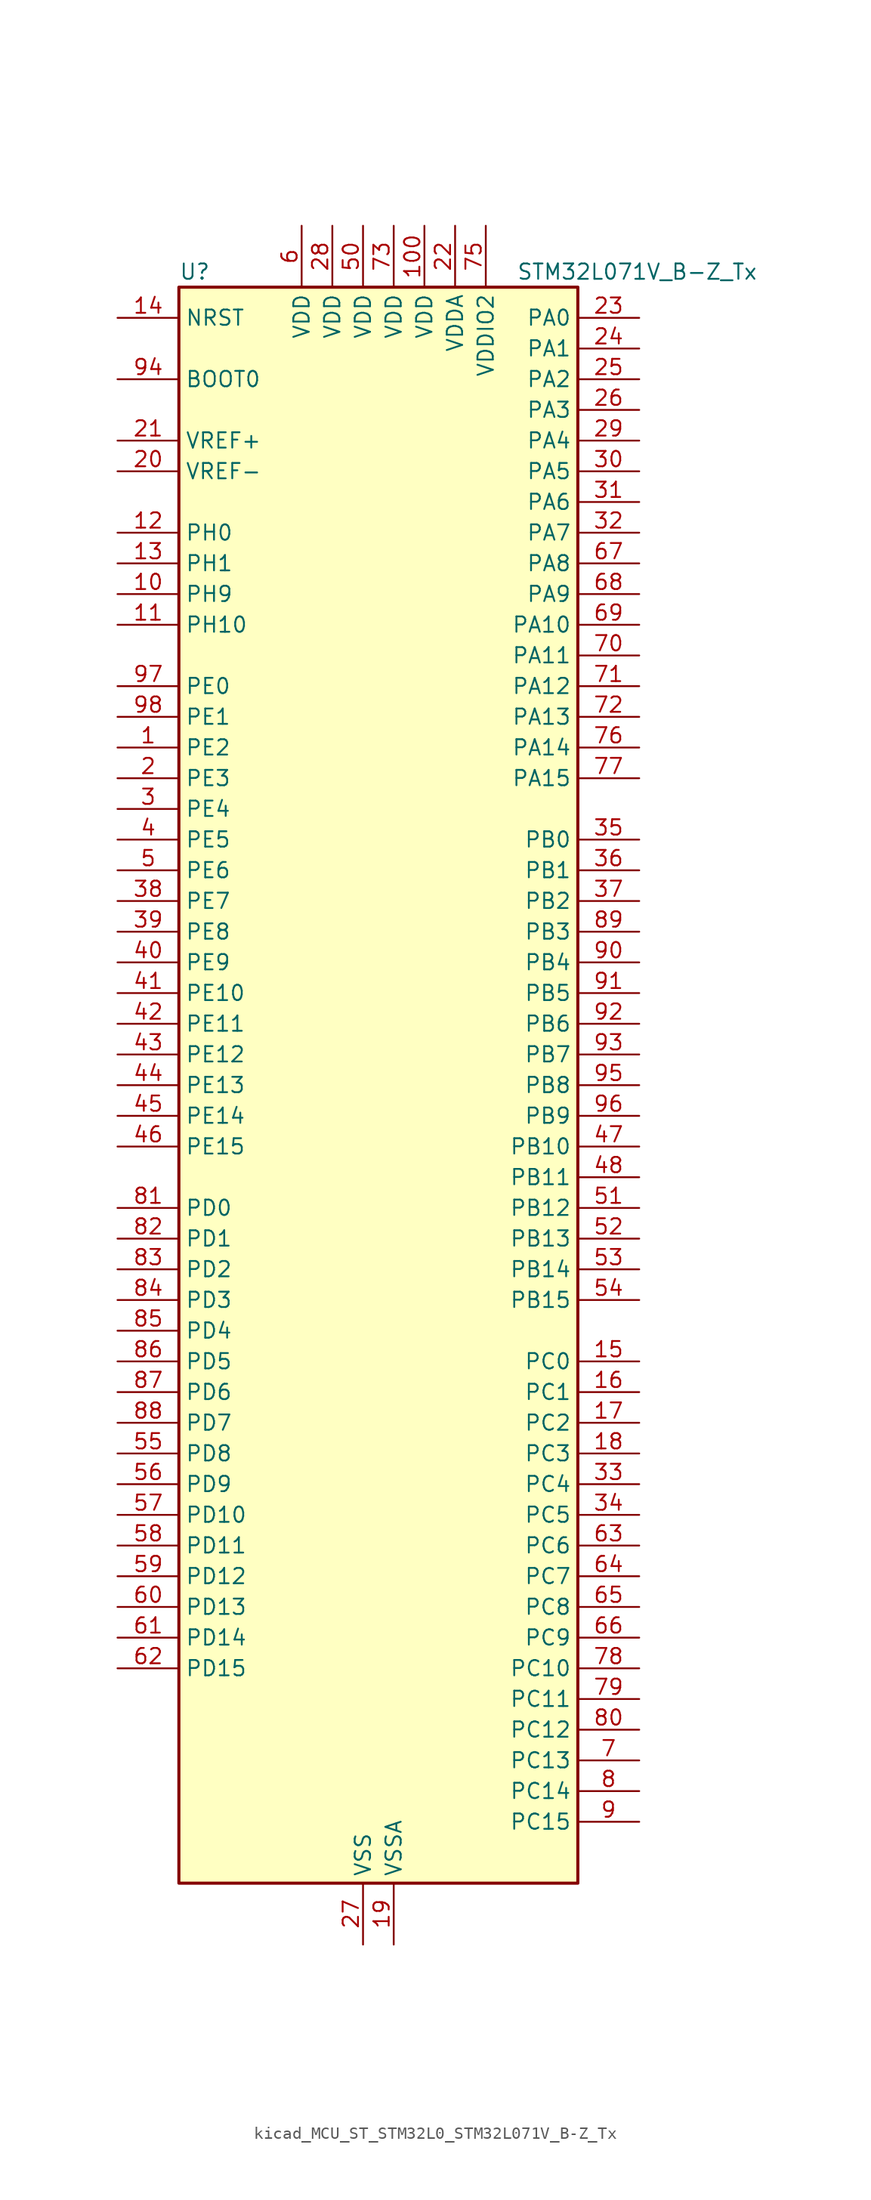
<source format=kicad_sym>
(kicad_symbol_lib
  (version 20220914)
  (generator kicad_symbol_editor)
  (symbol "kicad_MCU_ST_STM32L0_STM32L071V_B-Z_Tx"
    (property "Reference" "U"
      (at -15.24 67.31 0)
      (effects (font (size 1.27 1.27)) (justify left)))
    (property "Value" "STM32L071V_B-Z_Tx"
      (at 12.7 67.31 0)
      (effects (font (size 1.27 1.27)) (justify left)))
    (property "ki_locked" ""
      (at 0 0 0)
      (effects (font (size 1.27 1.27))))
    (symbol "kicad_MCU_ST_STM32L0_STM32L071V_B-Z_Tx_0_1"
      (rectangle (start -15.24 -66.04) (end 17.78 66.04) (stroke (width 0.254) (type default)) (fill (type background))))
    (symbol "kicad_MCU_ST_STM32L0_STM32L071V_B-Z_Tx_1_1"
      (pin bidirectional line (at -20.32 27.94 0) (length 5.08) (name "PE2" (effects (font (size 1.27 1.27)))) (number "1" (effects (font (size 1.27 1.27)))) (alternate "TIM3_ETR" bidirectional line))
      (pin bidirectional line (at -20.32 40.64 0) (length 5.08) (name "PH9" (effects (font (size 1.27 1.27)))) (number "10" (effects (font (size 1.27 1.27)))))
      (pin power_in line (at 5.08 71.12 270) (length 5.08) (name "VDD" (effects (font (size 1.27 1.27)))) (number "100" (effects (font (size 1.27 1.27)))))
      (pin bidirectional line (at -20.32 38.1 0) (length 5.08) (name "PH10" (effects (font (size 1.27 1.27)))) (number "11" (effects (font (size 1.27 1.27)))))
      (pin bidirectional line (at -20.32 45.72 0) (length 5.08) (name "PH0" (effects (font (size 1.27 1.27)))) (number "12" (effects (font (size 1.27 1.27)))) (alternate "RCC_OSC_IN" bidirectional line))
      (pin bidirectional line (at -20.32 43.18 0) (length 5.08) (name "PH1" (effects (font (size 1.27 1.27)))) (number "13" (effects (font (size 1.27 1.27)))) (alternate "RCC_OSC_OUT" bidirectional line))
      (pin input line (at -20.32 63.5 0) (length 5.08) (name "NRST" (effects (font (size 1.27 1.27)))) (number "14" (effects (font (size 1.27 1.27)))))
      (pin bidirectional line (at 22.86 -22.86 180) (length 5.08) (name "PC0" (effects (font (size 1.27 1.27)))) (number "15" (effects (font (size 1.27 1.27)))) (alternate "ADC_IN10" bidirectional line) (alternate "I2C3_SCL" bidirectional line) (alternate "LPTIM1_IN1" bidirectional line) (alternate "LPUART1_RX" bidirectional line))
      (pin bidirectional line (at 22.86 -25.4 180) (length 5.08) (name "PC1" (effects (font (size 1.27 1.27)))) (number "16" (effects (font (size 1.27 1.27)))) (alternate "ADC_IN11" bidirectional line) (alternate "I2C3_SDA" bidirectional line) (alternate "LPTIM1_OUT" bidirectional line) (alternate "LPUART1_TX" bidirectional line))
      (pin bidirectional line (at 22.86 -27.94 180) (length 5.08) (name "PC2" (effects (font (size 1.27 1.27)))) (number "17" (effects (font (size 1.27 1.27)))) (alternate "ADC_IN12" bidirectional line) (alternate "I2S2_MCK" bidirectional line) (alternate "LPTIM1_IN2" bidirectional line) (alternate "SPI2_MISO" bidirectional line))
      (pin bidirectional line (at 22.86 -30.48 180) (length 5.08) (name "PC3" (effects (font (size 1.27 1.27)))) (number "18" (effects (font (size 1.27 1.27)))) (alternate "ADC_IN13" bidirectional line) (alternate "I2S2_SD" bidirectional line) (alternate "LPTIM1_ETR" bidirectional line) (alternate "SPI2_MOSI" bidirectional line))
      (pin power_in line (at 2.54 -71.12 90) (length 5.08) (name "VSSA" (effects (font (size 1.27 1.27)))) (number "19" (effects (font (size 1.27 1.27)))))
      (pin bidirectional line (at -20.32 25.4 0) (length 5.08) (name "PE3" (effects (font (size 1.27 1.27)))) (number "2" (effects (font (size 1.27 1.27)))) (alternate "TIM22_CH1" bidirectional line) (alternate "TIM3_CH1" bidirectional line))
      (pin input line (at -20.32 50.8 0) (length 5.08) (name "VREF-" (effects (font (size 1.27 1.27)))) (number "20" (effects (font (size 1.27 1.27)))))
      (pin input line (at -20.32 53.34 0) (length 5.08) (name "VREF+" (effects (font (size 1.27 1.27)))) (number "21" (effects (font (size 1.27 1.27)))))
      (pin power_in line (at 7.62 71.12 270) (length 5.08) (name "VDDA" (effects (font (size 1.27 1.27)))) (number "22" (effects (font (size 1.27 1.27)))))
      (pin bidirectional line (at 22.86 63.5 180) (length 5.08) (name "PA0" (effects (font (size 1.27 1.27)))) (number "23" (effects (font (size 1.27 1.27)))) (alternate "ADC_IN0" bidirectional line) (alternate "COMP1_INM" bidirectional line) (alternate "COMP1_OUT" bidirectional line) (alternate "RTC_TAMP2" bidirectional line) (alternate "SYS_WKUP1" bidirectional line) (alternate "TIM2_CH1" bidirectional line) (alternate "TIM2_ETR" bidirectional line) (alternate "USART2_CTS" bidirectional line) (alternate "USART4_TX" bidirectional line))
      (pin bidirectional line (at 22.86 60.96 180) (length 5.08) (name "PA1" (effects (font (size 1.27 1.27)))) (number "24" (effects (font (size 1.27 1.27)))) (alternate "ADC_IN1" bidirectional line) (alternate "COMP1_INP" bidirectional line) (alternate "TIM21_ETR" bidirectional line) (alternate "TIM2_CH2" bidirectional line) (alternate "USART2_DE" bidirectional line) (alternate "USART2_RTS" bidirectional line) (alternate "USART4_RX" bidirectional line))
      (pin bidirectional line (at 22.86 58.42 180) (length 5.08) (name "PA2" (effects (font (size 1.27 1.27)))) (number "25" (effects (font (size 1.27 1.27)))) (alternate "ADC_IN2" bidirectional line) (alternate "COMP2_INM" bidirectional line) (alternate "COMP2_OUT" bidirectional line) (alternate "LPUART1_TX" bidirectional line) (alternate "TIM21_CH1" bidirectional line) (alternate "TIM2_CH3" bidirectional line) (alternate "USART2_TX" bidirectional line))
      (pin bidirectional line (at 22.86 55.88 180) (length 5.08) (name "PA3" (effects (font (size 1.27 1.27)))) (number "26" (effects (font (size 1.27 1.27)))) (alternate "ADC_IN3" bidirectional line) (alternate "COMP2_INP" bidirectional line) (alternate "LPUART1_RX" bidirectional line) (alternate "TIM21_CH2" bidirectional line) (alternate "TIM2_CH4" bidirectional line) (alternate "USART2_RX" bidirectional line))
      (pin power_in line (at 0 -71.12 90) (length 5.08) (name "VSS" (effects (font (size 1.27 1.27)))) (number "27" (effects (font (size 1.27 1.27)))))
      (pin power_in line (at -2.54 71.12 270) (length 5.08) (name "VDD" (effects (font (size 1.27 1.27)))) (number "28" (effects (font (size 1.27 1.27)))))
      (pin bidirectional line (at 22.86 53.34 180) (length 5.08) (name "PA4" (effects (font (size 1.27 1.27)))) (number "29" (effects (font (size 1.27 1.27)))) (alternate "ADC_IN4" bidirectional line) (alternate "COMP1_INM" bidirectional line) (alternate "COMP2_INM" bidirectional line) (alternate "SPI1_NSS" bidirectional line) (alternate "TIM22_ETR" bidirectional line) (alternate "USART2_CK" bidirectional line))
      (pin bidirectional line (at -20.32 22.86 0) (length 5.08) (name "PE4" (effects (font (size 1.27 1.27)))) (number "3" (effects (font (size 1.27 1.27)))) (alternate "TIM22_CH2" bidirectional line) (alternate "TIM3_CH2" bidirectional line))
      (pin bidirectional line (at 22.86 50.8 180) (length 5.08) (name "PA5" (effects (font (size 1.27 1.27)))) (number "30" (effects (font (size 1.27 1.27)))) (alternate "ADC_IN5" bidirectional line) (alternate "COMP1_INM" bidirectional line) (alternate "COMP2_INM" bidirectional line) (alternate "SPI1_SCK" bidirectional line) (alternate "TIM2_CH1" bidirectional line) (alternate "TIM2_ETR" bidirectional line))
      (pin bidirectional line (at 22.86 48.26 180) (length 5.08) (name "PA6" (effects (font (size 1.27 1.27)))) (number "31" (effects (font (size 1.27 1.27)))) (alternate "ADC_IN6" bidirectional line) (alternate "COMP1_OUT" bidirectional line) (alternate "LPUART1_CTS" bidirectional line) (alternate "SPI1_MISO" bidirectional line) (alternate "TIM22_CH1" bidirectional line) (alternate "TIM3_CH1" bidirectional line))
      (pin bidirectional line (at 22.86 45.72 180) (length 5.08) (name "PA7" (effects (font (size 1.27 1.27)))) (number "32" (effects (font (size 1.27 1.27)))) (alternate "ADC_IN7" bidirectional line) (alternate "COMP2_OUT" bidirectional line) (alternate "SPI1_MOSI" bidirectional line) (alternate "TIM22_CH2" bidirectional line) (alternate "TIM3_CH2" bidirectional line))
      (pin bidirectional line (at 22.86 -33.02 180) (length 5.08) (name "PC4" (effects (font (size 1.27 1.27)))) (number "33" (effects (font (size 1.27 1.27)))) (alternate "ADC_IN14" bidirectional line) (alternate "LPUART1_TX" bidirectional line))
      (pin bidirectional line (at 22.86 -35.56 180) (length 5.08) (name "PC5" (effects (font (size 1.27 1.27)))) (number "34" (effects (font (size 1.27 1.27)))) (alternate "ADC_IN15" bidirectional line) (alternate "LPUART1_RX" bidirectional line))
      (pin bidirectional line (at 22.86 20.32 180) (length 5.08) (name "PB0" (effects (font (size 1.27 1.27)))) (number "35" (effects (font (size 1.27 1.27)))) (alternate "ADC_IN8" bidirectional line) (alternate "SYS_VREF_OUT_PB0" bidirectional line) (alternate "TIM3_CH3" bidirectional line))
      (pin bidirectional line (at 22.86 17.78 180) (length 5.08) (name "PB1" (effects (font (size 1.27 1.27)))) (number "36" (effects (font (size 1.27 1.27)))) (alternate "ADC_IN9" bidirectional line) (alternate "LPUART1_DE" bidirectional line) (alternate "LPUART1_RTS" bidirectional line) (alternate "SYS_VREF_OUT_PB1" bidirectional line) (alternate "TIM3_CH4" bidirectional line))
      (pin bidirectional line (at 22.86 15.24 180) (length 5.08) (name "PB2" (effects (font (size 1.27 1.27)))) (number "37" (effects (font (size 1.27 1.27)))) (alternate "I2C3_SMBA" bidirectional line) (alternate "LPTIM1_OUT" bidirectional line))
      (pin bidirectional line (at -20.32 15.24 0) (length 5.08) (name "PE7" (effects (font (size 1.27 1.27)))) (number "38" (effects (font (size 1.27 1.27)))) (alternate "USART5_CK" bidirectional line) (alternate "USART5_DE" bidirectional line) (alternate "USART5_RTS" bidirectional line))
      (pin bidirectional line (at -20.32 12.7 0) (length 5.08) (name "PE8" (effects (font (size 1.27 1.27)))) (number "39" (effects (font (size 1.27 1.27)))) (alternate "USART4_TX" bidirectional line))
      (pin bidirectional line (at -20.32 20.32 0) (length 5.08) (name "PE5" (effects (font (size 1.27 1.27)))) (number "4" (effects (font (size 1.27 1.27)))) (alternate "TIM21_CH1" bidirectional line) (alternate "TIM3_CH3" bidirectional line))
      (pin bidirectional line (at -20.32 10.16 0) (length 5.08) (name "PE9" (effects (font (size 1.27 1.27)))) (number "40" (effects (font (size 1.27 1.27)))) (alternate "TIM2_CH1" bidirectional line) (alternate "TIM2_ETR" bidirectional line) (alternate "USART4_RX" bidirectional line))
      (pin bidirectional line (at -20.32 7.62 0) (length 5.08) (name "PE10" (effects (font (size 1.27 1.27)))) (number "41" (effects (font (size 1.27 1.27)))) (alternate "TIM2_CH2" bidirectional line) (alternate "USART5_TX" bidirectional line))
      (pin bidirectional line (at -20.32 5.08 0) (length 5.08) (name "PE11" (effects (font (size 1.27 1.27)))) (number "42" (effects (font (size 1.27 1.27)))) (alternate "ADC_EXTI11" bidirectional line) (alternate "TIM2_CH3" bidirectional line) (alternate "USART5_RX" bidirectional line))
      (pin bidirectional line (at -20.32 2.54 0) (length 5.08) (name "PE12" (effects (font (size 1.27 1.27)))) (number "43" (effects (font (size 1.27 1.27)))) (alternate "SPI1_NSS" bidirectional line) (alternate "TIM2_CH4" bidirectional line))
      (pin bidirectional line (at -20.32 0 0) (length 5.08) (name "PE13" (effects (font (size 1.27 1.27)))) (number "44" (effects (font (size 1.27 1.27)))) (alternate "SPI1_SCK" bidirectional line))
      (pin bidirectional line (at -20.32 -2.54 0) (length 5.08) (name "PE14" (effects (font (size 1.27 1.27)))) (number "45" (effects (font (size 1.27 1.27)))) (alternate "SPI1_MISO" bidirectional line))
      (pin bidirectional line (at -20.32 -5.08 0) (length 5.08) (name "PE15" (effects (font (size 1.27 1.27)))) (number "46" (effects (font (size 1.27 1.27)))) (alternate "SPI1_MOSI" bidirectional line))
      (pin bidirectional line (at 22.86 -5.08 180) (length 5.08) (name "PB10" (effects (font (size 1.27 1.27)))) (number "47" (effects (font (size 1.27 1.27)))) (alternate "I2C2_SCL" bidirectional line) (alternate "LPUART1_RX" bidirectional line) (alternate "LPUART1_TX" bidirectional line) (alternate "SPI2_SCK" bidirectional line) (alternate "TIM2_CH3" bidirectional line))
      (pin bidirectional line (at 22.86 -7.62 180) (length 5.08) (name "PB11" (effects (font (size 1.27 1.27)))) (number "48" (effects (font (size 1.27 1.27)))) (alternate "ADC_EXTI11" bidirectional line) (alternate "I2C2_SDA" bidirectional line) (alternate "LPUART1_RX" bidirectional line) (alternate "LPUART1_TX" bidirectional line) (alternate "TIM2_CH4" bidirectional line))
      (pin passive line (at 0 -71.12 90) (length 5.08) hide (name "VSS" (effects (font (size 1.27 1.27)))) (number "49" (effects (font (size 1.27 1.27)))))
      (pin bidirectional line (at -20.32 17.78 0) (length 5.08) (name "PE6" (effects (font (size 1.27 1.27)))) (number "5" (effects (font (size 1.27 1.27)))) (alternate "RTC_TAMP3" bidirectional line) (alternate "SYS_WKUP3" bidirectional line) (alternate "TIM21_CH2" bidirectional line) (alternate "TIM3_CH4" bidirectional line))
      (pin power_in line (at 0 71.12 270) (length 5.08) (name "VDD" (effects (font (size 1.27 1.27)))) (number "50" (effects (font (size 1.27 1.27)))))
      (pin bidirectional line (at 22.86 -10.16 180) (length 5.08) (name "PB12" (effects (font (size 1.27 1.27)))) (number "51" (effects (font (size 1.27 1.27)))) (alternate "I2S2_WS" bidirectional line) (alternate "LPUART1_DE" bidirectional line) (alternate "LPUART1_RTS" bidirectional line) (alternate "SPI2_NSS" bidirectional line))
      (pin bidirectional line (at 22.86 -12.7 180) (length 5.08) (name "PB13" (effects (font (size 1.27 1.27)))) (number "52" (effects (font (size 1.27 1.27)))) (alternate "I2C2_SCL" bidirectional line) (alternate "I2S2_CK" bidirectional line) (alternate "LPUART1_CTS" bidirectional line) (alternate "RCC_MCO" bidirectional line) (alternate "SPI2_SCK" bidirectional line) (alternate "TIM21_CH1" bidirectional line))
      (pin bidirectional line (at 22.86 -15.24 180) (length 5.08) (name "PB14" (effects (font (size 1.27 1.27)))) (number "53" (effects (font (size 1.27 1.27)))) (alternate "I2C2_SDA" bidirectional line) (alternate "I2S2_MCK" bidirectional line) (alternate "LPUART1_DE" bidirectional line) (alternate "LPUART1_RTS" bidirectional line) (alternate "RTC_OUT_ALARM" bidirectional line) (alternate "RTC_OUT_CALIB" bidirectional line) (alternate "SPI2_MISO" bidirectional line) (alternate "TIM21_CH2" bidirectional line))
      (pin bidirectional line (at 22.86 -17.78 180) (length 5.08) (name "PB15" (effects (font (size 1.27 1.27)))) (number "54" (effects (font (size 1.27 1.27)))) (alternate "I2S2_SD" bidirectional line) (alternate "RTC_REFIN" bidirectional line) (alternate "SPI2_MOSI" bidirectional line))
      (pin bidirectional line (at -20.32 -30.48 0) (length 5.08) (name "PD8" (effects (font (size 1.27 1.27)))) (number "55" (effects (font (size 1.27 1.27)))) (alternate "LPUART1_TX" bidirectional line))
      (pin bidirectional line (at -20.32 -33.02 0) (length 5.08) (name "PD9" (effects (font (size 1.27 1.27)))) (number "56" (effects (font (size 1.27 1.27)))) (alternate "LPUART1_RX" bidirectional line))
      (pin bidirectional line (at -20.32 -35.56 0) (length 5.08) (name "PD10" (effects (font (size 1.27 1.27)))) (number "57" (effects (font (size 1.27 1.27)))))
      (pin bidirectional line (at -20.32 -38.1 0) (length 5.08) (name "PD11" (effects (font (size 1.27 1.27)))) (number "58" (effects (font (size 1.27 1.27)))) (alternate "ADC_EXTI11" bidirectional line) (alternate "LPUART1_CTS" bidirectional line))
      (pin bidirectional line (at -20.32 -40.64 0) (length 5.08) (name "PD12" (effects (font (size 1.27 1.27)))) (number "59" (effects (font (size 1.27 1.27)))) (alternate "LPUART1_DE" bidirectional line) (alternate "LPUART1_RTS" bidirectional line))
      (pin power_in line (at -5.08 71.12 270) (length 5.08) (name "VDD" (effects (font (size 1.27 1.27)))) (number "6" (effects (font (size 1.27 1.27)))))
      (pin bidirectional line (at -20.32 -43.18 0) (length 5.08) (name "PD13" (effects (font (size 1.27 1.27)))) (number "60" (effects (font (size 1.27 1.27)))))
      (pin bidirectional line (at -20.32 -45.72 0) (length 5.08) (name "PD14" (effects (font (size 1.27 1.27)))) (number "61" (effects (font (size 1.27 1.27)))))
      (pin bidirectional line (at -20.32 -48.26 0) (length 5.08) (name "PD15" (effects (font (size 1.27 1.27)))) (number "62" (effects (font (size 1.27 1.27)))))
      (pin bidirectional line (at 22.86 -38.1 180) (length 5.08) (name "PC6" (effects (font (size 1.27 1.27)))) (number "63" (effects (font (size 1.27 1.27)))) (alternate "TIM22_CH1" bidirectional line) (alternate "TIM3_CH1" bidirectional line))
      (pin bidirectional line (at 22.86 -40.64 180) (length 5.08) (name "PC7" (effects (font (size 1.27 1.27)))) (number "64" (effects (font (size 1.27 1.27)))) (alternate "TIM22_CH2" bidirectional line) (alternate "TIM3_CH2" bidirectional line))
      (pin bidirectional line (at 22.86 -43.18 180) (length 5.08) (name "PC8" (effects (font (size 1.27 1.27)))) (number "65" (effects (font (size 1.27 1.27)))) (alternate "TIM22_ETR" bidirectional line) (alternate "TIM3_CH3" bidirectional line))
      (pin bidirectional line (at 22.86 -45.72 180) (length 5.08) (name "PC9" (effects (font (size 1.27 1.27)))) (number "66" (effects (font (size 1.27 1.27)))) (alternate "I2C3_SDA" bidirectional line) (alternate "TIM21_ETR" bidirectional line) (alternate "TIM3_CH4" bidirectional line))
      (pin bidirectional line (at 22.86 43.18 180) (length 5.08) (name "PA8" (effects (font (size 1.27 1.27)))) (number "67" (effects (font (size 1.27 1.27)))) (alternate "I2C3_SCL" bidirectional line) (alternate "RCC_MCO" bidirectional line) (alternate "USART1_CK" bidirectional line))
      (pin bidirectional line (at 22.86 40.64 180) (length 5.08) (name "PA9" (effects (font (size 1.27 1.27)))) (number "68" (effects (font (size 1.27 1.27)))) (alternate "I2C1_SCL" bidirectional line) (alternate "I2C3_SMBA" bidirectional line) (alternate "RCC_MCO" bidirectional line) (alternate "USART1_TX" bidirectional line))
      (pin bidirectional line (at 22.86 38.1 180) (length 5.08) (name "PA10" (effects (font (size 1.27 1.27)))) (number "69" (effects (font (size 1.27 1.27)))) (alternate "I2C1_SDA" bidirectional line) (alternate "USART1_RX" bidirectional line))
      (pin bidirectional line (at 22.86 -55.88 180) (length 5.08) (name "PC13" (effects (font (size 1.27 1.27)))) (number "7" (effects (font (size 1.27 1.27)))) (alternate "RTC_OUT_ALARM" bidirectional line) (alternate "RTC_OUT_CALIB" bidirectional line) (alternate "RTC_TAMP1" bidirectional line) (alternate "RTC_TS" bidirectional line) (alternate "SYS_WKUP2" bidirectional line))
      (pin bidirectional line (at 22.86 35.56 180) (length 5.08) (name "PA11" (effects (font (size 1.27 1.27)))) (number "70" (effects (font (size 1.27 1.27)))) (alternate "ADC_EXTI11" bidirectional line) (alternate "COMP1_OUT" bidirectional line) (alternate "SPI1_MISO" bidirectional line) (alternate "USART1_CTS" bidirectional line))
      (pin bidirectional line (at 22.86 33.02 180) (length 5.08) (name "PA12" (effects (font (size 1.27 1.27)))) (number "71" (effects (font (size 1.27 1.27)))) (alternate "COMP2_OUT" bidirectional line) (alternate "SPI1_MOSI" bidirectional line) (alternate "USART1_DE" bidirectional line) (alternate "USART1_RTS" bidirectional line))
      (pin bidirectional line (at 22.86 30.48 180) (length 5.08) (name "PA13" (effects (font (size 1.27 1.27)))) (number "72" (effects (font (size 1.27 1.27)))) (alternate "LPUART1_RX" bidirectional line) (alternate "SYS_SWDIO" bidirectional line))
      (pin power_in line (at 2.54 71.12 270) (length 5.08) (name "VDD" (effects (font (size 1.27 1.27)))) (number "73" (effects (font (size 1.27 1.27)))))
      (pin passive line (at 0 -71.12 90) (length 5.08) hide (name "VSS" (effects (font (size 1.27 1.27)))) (number "74" (effects (font (size 1.27 1.27)))))
      (pin power_in line (at 10.16 71.12 270) (length 5.08) (name "VDDIO2" (effects (font (size 1.27 1.27)))) (number "75" (effects (font (size 1.27 1.27)))))
      (pin bidirectional line (at 22.86 27.94 180) (length 5.08) (name "PA14" (effects (font (size 1.27 1.27)))) (number "76" (effects (font (size 1.27 1.27)))) (alternate "LPUART1_TX" bidirectional line) (alternate "SYS_SWCLK" bidirectional line) (alternate "USART2_TX" bidirectional line))
      (pin bidirectional line (at 22.86 25.4 180) (length 5.08) (name "PA15" (effects (font (size 1.27 1.27)))) (number "77" (effects (font (size 1.27 1.27)))) (alternate "SPI1_NSS" bidirectional line) (alternate "TIM2_CH1" bidirectional line) (alternate "TIM2_ETR" bidirectional line) (alternate "USART2_RX" bidirectional line) (alternate "USART4_DE" bidirectional line) (alternate "USART4_RTS" bidirectional line))
      (pin bidirectional line (at 22.86 -48.26 180) (length 5.08) (name "PC10" (effects (font (size 1.27 1.27)))) (number "78" (effects (font (size 1.27 1.27)))) (alternate "LPUART1_TX" bidirectional line) (alternate "USART4_TX" bidirectional line))
      (pin bidirectional line (at 22.86 -50.8 180) (length 5.08) (name "PC11" (effects (font (size 1.27 1.27)))) (number "79" (effects (font (size 1.27 1.27)))) (alternate "ADC_EXTI11" bidirectional line) (alternate "LPUART1_RX" bidirectional line) (alternate "USART4_RX" bidirectional line))
      (pin bidirectional line (at 22.86 -58.42 180) (length 5.08) (name "PC14" (effects (font (size 1.27 1.27)))) (number "8" (effects (font (size 1.27 1.27)))) (alternate "RCC_OSC32_IN" bidirectional line))
      (pin bidirectional line (at 22.86 -53.34 180) (length 5.08) (name "PC12" (effects (font (size 1.27 1.27)))) (number "80" (effects (font (size 1.27 1.27)))) (alternate "USART4_CK" bidirectional line) (alternate "USART5_TX" bidirectional line))
      (pin bidirectional line (at -20.32 -10.16 0) (length 5.08) (name "PD0" (effects (font (size 1.27 1.27)))) (number "81" (effects (font (size 1.27 1.27)))) (alternate "I2S2_WS" bidirectional line) (alternate "SPI2_NSS" bidirectional line) (alternate "TIM21_CH1" bidirectional line))
      (pin bidirectional line (at -20.32 -12.7 0) (length 5.08) (name "PD1" (effects (font (size 1.27 1.27)))) (number "82" (effects (font (size 1.27 1.27)))) (alternate "I2S2_CK" bidirectional line) (alternate "SPI2_SCK" bidirectional line))
      (pin bidirectional line (at -20.32 -15.24 0) (length 5.08) (name "PD2" (effects (font (size 1.27 1.27)))) (number "83" (effects (font (size 1.27 1.27)))) (alternate "LPUART1_DE" bidirectional line) (alternate "LPUART1_RTS" bidirectional line) (alternate "TIM3_ETR" bidirectional line) (alternate "USART5_RX" bidirectional line))
      (pin bidirectional line (at -20.32 -17.78 0) (length 5.08) (name "PD3" (effects (font (size 1.27 1.27)))) (number "84" (effects (font (size 1.27 1.27)))) (alternate "I2S2_MCK" bidirectional line) (alternate "SPI2_MISO" bidirectional line) (alternate "USART2_CTS" bidirectional line))
      (pin bidirectional line (at -20.32 -20.32 0) (length 5.08) (name "PD4" (effects (font (size 1.27 1.27)))) (number "85" (effects (font (size 1.27 1.27)))) (alternate "I2S2_SD" bidirectional line) (alternate "SPI2_MOSI" bidirectional line) (alternate "USART2_DE" bidirectional line) (alternate "USART2_RTS" bidirectional line))
      (pin bidirectional line (at -20.32 -22.86 0) (length 5.08) (name "PD5" (effects (font (size 1.27 1.27)))) (number "86" (effects (font (size 1.27 1.27)))) (alternate "USART2_TX" bidirectional line))
      (pin bidirectional line (at -20.32 -25.4 0) (length 5.08) (name "PD6" (effects (font (size 1.27 1.27)))) (number "87" (effects (font (size 1.27 1.27)))) (alternate "USART2_RX" bidirectional line))
      (pin bidirectional line (at -20.32 -27.94 0) (length 5.08) (name "PD7" (effects (font (size 1.27 1.27)))) (number "88" (effects (font (size 1.27 1.27)))) (alternate "TIM21_CH2" bidirectional line) (alternate "USART2_CK" bidirectional line))
      (pin bidirectional line (at 22.86 12.7 180) (length 5.08) (name "PB3" (effects (font (size 1.27 1.27)))) (number "89" (effects (font (size 1.27 1.27)))) (alternate "COMP2_INM" bidirectional line) (alternate "SPI1_SCK" bidirectional line) (alternate "TIM2_CH2" bidirectional line) (alternate "USART1_DE" bidirectional line) (alternate "USART1_RTS" bidirectional line) (alternate "USART5_TX" bidirectional line))
      (pin bidirectional line (at 22.86 -60.96 180) (length 5.08) (name "PC15" (effects (font (size 1.27 1.27)))) (number "9" (effects (font (size 1.27 1.27)))) (alternate "RCC_OSC32_OUT" bidirectional line))
      (pin bidirectional line (at 22.86 10.16 180) (length 5.08) (name "PB4" (effects (font (size 1.27 1.27)))) (number "90" (effects (font (size 1.27 1.27)))) (alternate "COMP2_INP" bidirectional line) (alternate "I2C3_SDA" bidirectional line) (alternate "SPI1_MISO" bidirectional line) (alternate "TIM22_CH1" bidirectional line) (alternate "TIM3_CH1" bidirectional line) (alternate "USART1_CTS" bidirectional line) (alternate "USART5_RX" bidirectional line))
      (pin bidirectional line (at 22.86 7.62 180) (length 5.08) (name "PB5" (effects (font (size 1.27 1.27)))) (number "91" (effects (font (size 1.27 1.27)))) (alternate "COMP2_INP" bidirectional line) (alternate "I2C1_SMBA" bidirectional line) (alternate "LPTIM1_IN1" bidirectional line) (alternate "SPI1_MOSI" bidirectional line) (alternate "TIM22_CH2" bidirectional line) (alternate "TIM3_CH2" bidirectional line) (alternate "USART1_CK" bidirectional line) (alternate "USART5_CK" bidirectional line) (alternate "USART5_DE" bidirectional line) (alternate "USART5_RTS" bidirectional line))
      (pin bidirectional line (at 22.86 5.08 180) (length 5.08) (name "PB6" (effects (font (size 1.27 1.27)))) (number "92" (effects (font (size 1.27 1.27)))) (alternate "COMP2_INP" bidirectional line) (alternate "I2C1_SCL" bidirectional line) (alternate "LPTIM1_ETR" bidirectional line) (alternate "USART1_TX" bidirectional line))
      (pin bidirectional line (at 22.86 2.54 180) (length 5.08) (name "PB7" (effects (font (size 1.27 1.27)))) (number "93" (effects (font (size 1.27 1.27)))) (alternate "COMP2_INP" bidirectional line) (alternate "I2C1_SDA" bidirectional line) (alternate "LPTIM1_IN2" bidirectional line) (alternate "SYS_PVD_IN" bidirectional line) (alternate "USART1_RX" bidirectional line) (alternate "USART4_CTS" bidirectional line))
      (pin input line (at -20.32 58.42 0) (length 5.08) (name "BOOT0" (effects (font (size 1.27 1.27)))) (number "94" (effects (font (size 1.27 1.27)))))
      (pin bidirectional line (at 22.86 0 180) (length 5.08) (name "PB8" (effects (font (size 1.27 1.27)))) (number "95" (effects (font (size 1.27 1.27)))) (alternate "I2C1_SCL" bidirectional line))
      (pin bidirectional line (at 22.86 -2.54 180) (length 5.08) (name "PB9" (effects (font (size 1.27 1.27)))) (number "96" (effects (font (size 1.27 1.27)))) (alternate "I2C1_SDA" bidirectional line) (alternate "I2S2_WS" bidirectional line) (alternate "SPI2_NSS" bidirectional line))
      (pin bidirectional line (at -20.32 33.02 0) (length 5.08) (name "PE0" (effects (font (size 1.27 1.27)))) (number "97" (effects (font (size 1.27 1.27)))))
      (pin bidirectional line (at -20.32 30.48 0) (length 5.08) (name "PE1" (effects (font (size 1.27 1.27)))) (number "98" (effects (font (size 1.27 1.27)))))
      (pin passive line (at 0 -71.12 90) (length 5.08) hide (name "VSS" (effects (font (size 1.27 1.27)))) (number "99" (effects (font (size 1.27 1.27))))))))
</source>
